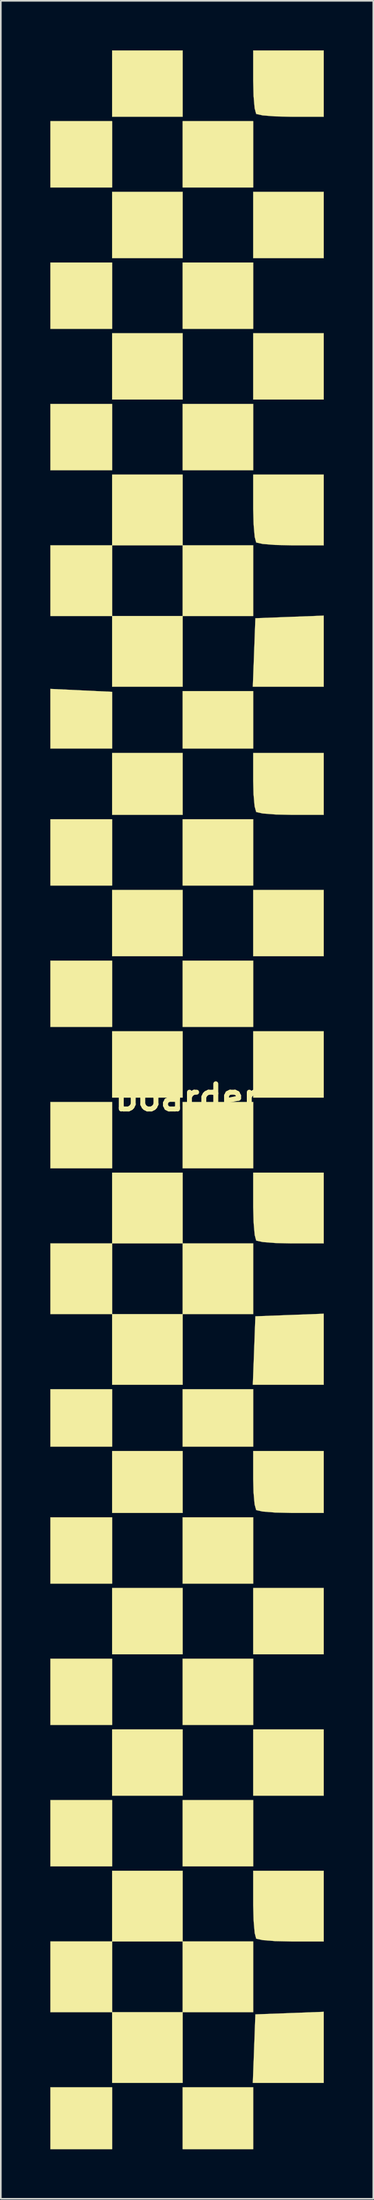
<source format=kicad_pcb>
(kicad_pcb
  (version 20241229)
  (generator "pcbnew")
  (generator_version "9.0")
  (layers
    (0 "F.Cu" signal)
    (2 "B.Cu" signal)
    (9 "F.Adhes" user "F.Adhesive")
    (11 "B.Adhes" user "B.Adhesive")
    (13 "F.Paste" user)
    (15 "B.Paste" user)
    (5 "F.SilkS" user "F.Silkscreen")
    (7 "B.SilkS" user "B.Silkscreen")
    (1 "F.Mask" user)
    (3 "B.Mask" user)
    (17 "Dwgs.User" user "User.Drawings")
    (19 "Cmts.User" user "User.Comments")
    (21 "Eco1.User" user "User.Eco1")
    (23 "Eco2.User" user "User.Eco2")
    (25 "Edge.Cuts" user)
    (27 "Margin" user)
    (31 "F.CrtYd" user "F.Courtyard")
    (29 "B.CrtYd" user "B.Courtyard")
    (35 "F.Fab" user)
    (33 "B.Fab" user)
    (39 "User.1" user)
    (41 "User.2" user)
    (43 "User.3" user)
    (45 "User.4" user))
  (footprint "boarder"
    (layer "F.Cu")
    (at 8.295 63.371)
    (property "Reference" "boarder" (at 0 0 0) (layer "F.SilkS") (effects (font (size 1.524 1.524) (thickness 0.3))))
    (attr through_hole)
    (fp_poly (pts (xy -8.288 -29.143) (xy -8.288 -33.421) (xy -4.545 -33.421) (xy -4.545 -29.143) (xy -8.288 -29.143)) (stroke (width 0.01) (type solid)) (fill yes) (layer "F.SilkS"))
    (fp_poly (pts (xy -8.288 13.101) (xy -8.288 8.823) (xy -4.545 8.823) (xy -4.545 13.101) (xy -8.288 13.101)) (stroke (width 0.01) (type solid)) (fill yes) (layer "F.SilkS"))
    (fp_poly (pts (xy -8.288 55.345) (xy -8.288 51.067) (xy -4.545 51.067) (xy -4.545 55.345) (xy -8.288 55.345)) (stroke (width 0.01) (type solid)) (fill yes) (layer "F.SilkS"))
    (fp_poly (pts (xy -4.545 -55.078) (xy -8.288 -55.078) (xy -8.288 -59.088) (xy -4.545 -59.088) (xy -4.545 -55.078)) (stroke (width 0.01) (type solid)) (fill yes) (layer "F.SilkS"))
    (fp_poly (pts (xy -4.545 -46.522) (xy -8.288 -46.522) (xy -8.288 -50.533) (xy -4.545 -50.533) (xy -4.545 -46.522)) (stroke (width 0.01) (type solid)) (fill yes) (layer "F.SilkS"))
    (fp_poly (pts (xy -4.545 -37.966) (xy -8.288 -37.966) (xy -8.288 -41.977) (xy -4.545 -41.977) (xy -4.545 -37.966)) (stroke (width 0.01) (type solid)) (fill yes) (layer "F.SilkS"))
    (fp_poly (pts (xy -4.545 -37.699) (xy -0.267 -37.699) (xy -0.267 -33.421) (xy -4.545 -33.421) (xy -4.545 -37.699)) (stroke (width 0.01) (type solid)) (fill yes) (layer "F.SilkS"))
    (fp_poly (pts (xy -4.545 -12.834) (xy -8.288 -12.834) (xy -8.288 -16.844) (xy -4.545 -16.844) (xy -4.545 -12.834)) (stroke (width 0.01) (type solid)) (fill yes) (layer "F.SilkS"))
    (fp_poly (pts (xy -4.545 -4.278) (xy -8.288 -4.278) (xy -8.288 -8.288) (xy -4.545 -8.288) (xy -4.545 -4.278)) (stroke (width 0.01) (type solid)) (fill yes) (layer "F.SilkS"))
    (fp_poly (pts (xy -4.545 4.278) (xy -8.288 4.278) (xy -8.288 0.267) (xy -4.545 0.267) (xy -4.545 4.278)) (stroke (width 0.01) (type solid)) (fill yes) (layer "F.SilkS"))
    (fp_poly (pts (xy -4.545 4.545) (xy -0.267 4.545) (xy -0.267 8.823) (xy -4.545 8.823) (xy -4.545 4.545)) (stroke (width 0.01) (type solid)) (fill yes) (layer "F.SilkS"))
    (fp_poly (pts (xy -4.545 21.122) (xy -8.288 21.122) (xy -8.288 17.646) (xy -4.545 17.646) (xy -4.545 21.122)) (stroke (width 0.01) (type solid)) (fill yes) (layer "F.SilkS"))
    (fp_poly (pts (xy -4.545 29.411) (xy -8.288 29.411) (xy -8.288 25.4) (xy -4.545 25.4) (xy -4.545 29.411)) (stroke (width 0.01) (type solid)) (fill yes) (layer "F.SilkS"))
    (fp_poly (pts (xy -4.545 37.966) (xy -8.288 37.966) (xy -8.288 33.956) (xy -4.545 33.956) (xy -4.545 37.966)) (stroke (width 0.01) (type solid)) (fill yes) (layer "F.SilkS"))
    (fp_poly (pts (xy -4.545 46.522) (xy -8.288 46.522) (xy -8.288 42.512) (xy -4.545 42.512) (xy -4.545 46.522)) (stroke (width 0.01) (type solid)) (fill yes) (layer "F.SilkS"))
    (fp_poly (pts (xy -4.545 46.789) (xy -0.267 46.789) (xy -0.267 51.067) (xy -4.545 51.067) (xy -4.545 46.789)) (stroke (width 0.01) (type solid)) (fill yes) (layer "F.SilkS"))
    (fp_poly (pts (xy -4.545 63.634) (xy -8.288 63.634) (xy -8.288 59.891) (xy -4.545 59.891) (xy -4.545 63.634)) (stroke (width 0.01) (type solid)) (fill yes) (layer "F.SilkS"))
    (fp_poly (pts (xy -0.267 -59.356) (xy -4.545 -59.356) (xy -4.545 -63.366) (xy -0.267 -63.366) (xy -0.267 -59.356)) (stroke (width 0.01) (type solid)) (fill yes) (layer "F.SilkS"))
    (fp_poly (pts (xy -0.267 -50.8) (xy -4.545 -50.8) (xy -4.545 -54.811) (xy -0.267 -54.811) (xy -0.267 -50.8)) (stroke (width 0.01) (type solid)) (fill yes) (layer "F.SilkS"))
    (fp_poly (pts (xy -0.267 -42.244) (xy -4.545 -42.244) (xy -4.545 -46.255) (xy -0.267 -46.255) (xy -0.267 -42.244)) (stroke (width 0.01) (type solid)) (fill yes) (layer "F.SilkS"))
    (fp_poly (pts (xy -0.267 -33.421) (xy 4.011 -33.421) (xy 4.011 -29.143) (xy -0.267 -29.143) (xy -0.267 -33.421)) (stroke (width 0.01) (type solid)) (fill yes) (layer "F.SilkS"))
    (fp_poly (pts (xy -0.267 -24.865) (xy -4.545 -24.865) (xy -4.545 -29.143) (xy -0.267 -29.143) (xy -0.267 -24.865)) (stroke (width 0.01) (type solid)) (fill yes) (layer "F.SilkS"))
    (fp_poly (pts (xy -0.267 -17.112) (xy -4.545 -17.112) (xy -4.545 -20.855) (xy -0.267 -20.855) (xy -0.267 -17.112)) (stroke (width 0.01) (type solid)) (fill yes) (layer "F.SilkS"))
    (fp_poly (pts (xy -0.267 -8.556) (xy -4.545 -8.556) (xy -4.545 -12.566) (xy -0.267 -12.566) (xy -0.267 -8.556)) (stroke (width 0.01) (type solid)) (fill yes) (layer "F.SilkS"))
    (fp_poly (pts (xy -0.267 0) (xy -4.545 0) (xy -4.545 -4.011) (xy -0.267 -4.011) (xy -0.267 0)) (stroke (width 0.01) (type solid)) (fill yes) (layer "F.SilkS"))
    (fp_poly (pts (xy -0.267 8.823) (xy 4.011 8.823) (xy 4.011 13.101) (xy -0.267 13.101) (xy -0.267 8.823)) (stroke (width 0.01) (type solid)) (fill yes) (layer "F.SilkS"))
    (fp_poly (pts (xy -0.267 17.379) (xy -4.545 17.379) (xy -4.545 13.101) (xy -0.267 13.101) (xy -0.267 17.379)) (stroke (width 0.01) (type solid)) (fill yes) (layer "F.SilkS"))
    (fp_poly (pts (xy -0.267 25.133) (xy -4.545 25.133) (xy -4.545 21.389) (xy -0.267 21.389) (xy -0.267 25.133)) (stroke (width 0.01) (type solid)) (fill yes) (layer "F.SilkS"))
    (fp_poly (pts (xy -0.267 33.688) (xy -4.545 33.688) (xy -4.545 29.678) (xy -0.267 29.678) (xy -0.267 33.688)) (stroke (width 0.01) (type solid)) (fill yes) (layer "F.SilkS"))
    (fp_poly (pts (xy -0.267 42.244) (xy -4.545 42.244) (xy -4.545 38.234) (xy -0.267 38.234) (xy -0.267 42.244)) (stroke (width 0.01) (type solid)) (fill yes) (layer "F.SilkS"))
    (fp_poly (pts (xy -0.267 51.067) (xy 4.011 51.067) (xy 4.011 55.345) (xy -0.267 55.345) (xy -0.267 51.067)) (stroke (width 0.01) (type solid)) (fill yes) (layer "F.SilkS"))
    (fp_poly (pts (xy -0.267 59.623) (xy -4.545 59.623) (xy -4.545 55.345) (xy -0.267 55.345) (xy -0.267 59.623)) (stroke (width 0.01) (type solid)) (fill yes) (layer "F.SilkS"))
    (fp_poly (pts (xy 4.011 -55.078) (xy -0.267 -55.078) (xy -0.267 -59.088) (xy 4.011 -59.088) (xy 4.011 -55.078)) (stroke (width 0.01) (type solid)) (fill yes) (layer "F.SilkS"))
    (fp_poly (pts (xy 4.011 -46.522) (xy -0.267 -46.522) (xy -0.267 -50.533) (xy 4.011 -50.533) (xy 4.011 -46.522)) (stroke (width 0.01) (type solid)) (fill yes) (layer "F.SilkS"))
    (fp_poly (pts (xy 4.011 -37.966) (xy -0.267 -37.966) (xy -0.267 -41.977) (xy 4.011 -41.977) (xy 4.011 -37.966)) (stroke (width 0.01) (type solid)) (fill yes) (layer "F.SilkS"))
    (fp_poly (pts (xy 4.011 -21.122) (xy -0.267 -21.122) (xy -0.267 -24.598) (xy 4.011 -24.598) (xy 4.011 -21.122)) (stroke (width 0.01) (type solid)) (fill yes) (layer "F.SilkS"))
    (fp_poly (pts (xy 4.011 -12.834) (xy -0.267 -12.834) (xy -0.267 -16.844) (xy 4.011 -16.844) (xy 4.011 -12.834)) (stroke (width 0.01) (type solid)) (fill yes) (layer "F.SilkS"))
    (fp_poly (pts (xy 4.011 -4.278) (xy -0.267 -4.278) (xy -0.267 -8.288) (xy 4.011 -8.288) (xy 4.011 -4.278)) (stroke (width 0.01) (type solid)) (fill yes) (layer "F.SilkS"))
    (fp_poly (pts (xy 4.011 4.278) (xy -0.267 4.278) (xy -0.267 0.267) (xy 4.011 0.267) (xy 4.011 4.278)) (stroke (width 0.01) (type solid)) (fill yes) (layer "F.SilkS"))
    (fp_poly (pts (xy 4.011 21.122) (xy -0.267 21.122) (xy -0.267 17.646) (xy 4.011 17.646) (xy 4.011 21.122)) (stroke (width 0.01) (type solid)) (fill yes) (layer "F.SilkS"))
    (fp_poly (pts (xy 4.011 29.411) (xy -0.267 29.411) (xy -0.267 25.4) (xy 4.011 25.4) (xy 4.011 29.411)) (stroke (width 0.01) (type solid)) (fill yes) (layer "F.SilkS"))
    (fp_poly (pts (xy 4.011 37.966) (xy -0.267 37.966) (xy -0.267 33.956) (xy 4.011 33.956) (xy 4.011 37.966)) (stroke (width 0.01) (type solid)) (fill yes) (layer "F.SilkS"))
    (fp_poly (pts (xy 4.011 46.522) (xy -0.267 46.522) (xy -0.267 42.512) (xy 4.011 42.512) (xy 4.011 46.522)) (stroke (width 0.01) (type solid)) (fill yes) (layer "F.SilkS"))
    (fp_poly (pts (xy 4.011 63.634) (xy -0.267 63.634) (xy -0.267 59.891) (xy 4.011 59.891) (xy 4.011 63.634)) (stroke (width 0.01) (type solid)) (fill yes) (layer "F.SilkS"))
    (fp_poly (pts (xy 8.288 -50.8) (xy 4.011 -50.8) (xy 4.011 -54.811) (xy 8.288 -54.811) (xy 8.288 -50.8)) (stroke (width 0.01) (type solid)) (fill yes) (layer "F.SilkS"))
    (fp_poly (pts (xy 8.288 -42.244) (xy 4.011 -42.244) (xy 4.011 -46.255) (xy 8.288 -46.255) (xy 8.288 -42.244)) (stroke (width 0.01) (type solid)) (fill yes) (layer "F.SilkS"))
    (fp_poly (pts (xy 8.288 -8.556) (xy 4.011 -8.556) (xy 4.011 -12.566) (xy 8.288 -12.566) (xy 8.288 -8.556)) (stroke (width 0.01) (type solid)) (fill yes) (layer "F.SilkS"))
    (fp_poly (pts (xy 8.288 0) (xy 4.011 0) (xy 4.011 -4.011) (xy 8.288 -4.011) (xy 8.288 0)) (stroke (width 0.01) (type solid)) (fill yes) (layer "F.SilkS"))
    (fp_poly (pts (xy 8.288 33.688) (xy 4.011 33.688) (xy 4.011 29.678) (xy 8.288 29.678) (xy 8.288 33.688)) (stroke (width 0.01) (type solid)) (fill yes) (layer "F.SilkS"))
    (fp_poly (pts (xy 8.288 42.244) (xy 4.011 42.244) (xy 4.011 38.234) (xy 8.288 38.234) (xy 8.288 42.244)) (stroke (width 0.01) (type solid)) (fill yes) (layer "F.SilkS"))
    (fp_poly (pts (xy -6.417 -24.643) (xy -4.545 -24.554) (xy -4.545 -21.122) (xy -8.288 -21.122) (xy -8.29 -24.732) (xy -6.417 -24.643)) (stroke (width 0.01) (type solid)) (fill yes) (layer "F.SilkS"))
    (fp_poly (pts (xy 8.288 -24.865) (xy 3.988 -24.865) (xy 4.066 -26.937) (xy 4.144 -29.009) (xy 6.216 -29.088) (xy 8.288 -29.166) (xy 8.288 -24.865)) (stroke (width 0.01) (type solid)) (fill yes) (layer "F.SilkS"))
    (fp_poly (pts (xy 8.288 17.379) (xy 3.988 17.379) (xy 4.066 15.307) (xy 4.144 13.235) (xy 6.216 13.157) (xy 8.288 13.079) (xy 8.288 17.379)) (stroke (width 0.01) (type solid)) (fill yes) (layer "F.SilkS"))
    (fp_poly (pts (xy 8.288 59.623) (xy 3.988 59.623) (xy 4.066 57.551) (xy 4.144 55.479) (xy 6.216 55.401) (xy 8.288 55.323) (xy 8.288 59.623)) (stroke (width 0.01) (type solid)) (fill yes) (layer "F.SilkS"))
    (fp_poly (pts (xy 8.288 -59.356) (xy 6.328 -59.356) (xy 5.35 -59.379) (xy 4.592 -59.438) (xy 4.203 -59.523) (xy 4.189 -59.534) (xy 4.099 -59.873) (xy 4.035 -60.592) (xy 4.011 -61.535) (xy 4.011 -63.366) (xy 8.288 -63.366) (xy 8.288 -59.356)) (stroke (width 0.01) (type solid)) (fill yes) (layer "F.SilkS"))
    (fp_poly (pts (xy 8.288 -17.112) (xy 6.328 -17.112) (xy 5.35 -17.134) (xy 4.592 -17.194) (xy 4.203 -17.279) (xy 4.189 -17.29) (xy 4.096 -17.632) (xy 4.032 -18.345) (xy 4.011 -19.161) (xy 4.011 -20.855) (xy 8.288 -20.855) (xy 8.288 -17.112)) (stroke (width 0.01) (type solid)) (fill yes) (layer "F.SilkS"))
    (fp_poly (pts (xy 8.288 25.133) (xy 6.328 25.133) (xy 5.35 25.11) (xy 4.592 25.05) (xy 4.203 24.965) (xy 4.189 24.954) (xy 4.096 24.612) (xy 4.032 23.899) (xy 4.011 23.083) (xy 4.011 21.389) (xy 8.288 21.389) (xy 8.288 25.133)) (stroke (width 0.01) (type solid)) (fill yes) (layer "F.SilkS"))
    (fp_poly (pts (xy 8.288 -33.421) (xy 6.328 -33.421) (xy 5.35 -33.444) (xy 4.592 -33.504) (xy 4.203 -33.589) (xy 4.189 -33.599) (xy 4.102 -33.936) (xy 4.038 -34.659) (xy 4.011 -35.62) (xy 4.011 -35.738) (xy 4.011 -37.699) (xy 8.288 -37.699) (xy 8.288 -33.421)) (stroke (width 0.01) (type solid)) (fill yes) (layer "F.SilkS"))
    (fp_poly (pts (xy 8.288 8.823) (xy 6.328 8.823) (xy 5.35 8.8) (xy 4.592 8.74) (xy 4.203 8.656) (xy 4.189 8.645) (xy 4.102 8.308) (xy 4.038 7.585) (xy 4.011 6.625) (xy 4.011 6.506) (xy 4.011 4.545) (xy 8.288 4.545) (xy 8.288 8.823)) (stroke (width 0.01) (type solid)) (fill yes) (layer "F.SilkS"))
    (fp_poly (pts (xy 8.288 51.067) (xy 6.328 51.067) (xy 5.35 51.045) (xy 4.592 50.985) (xy 4.203 50.9) (xy 4.189 50.889) (xy 4.102 50.552) (xy 4.038 49.829) (xy 4.011 48.869) (xy 4.011 48.75) (xy 4.011 46.789) (xy 8.288 46.789) (xy 8.288 51.067)) (stroke (width 0.01) (type solid)) (fill yes) (layer "F.SilkS")))
  (gr_rect
    (start -3 -3)
    (end 19.588 130.01)
    (stroke (width 0.1) (type default))
    (fill no)
    (layer "Edge.Cuts")))
</source>
